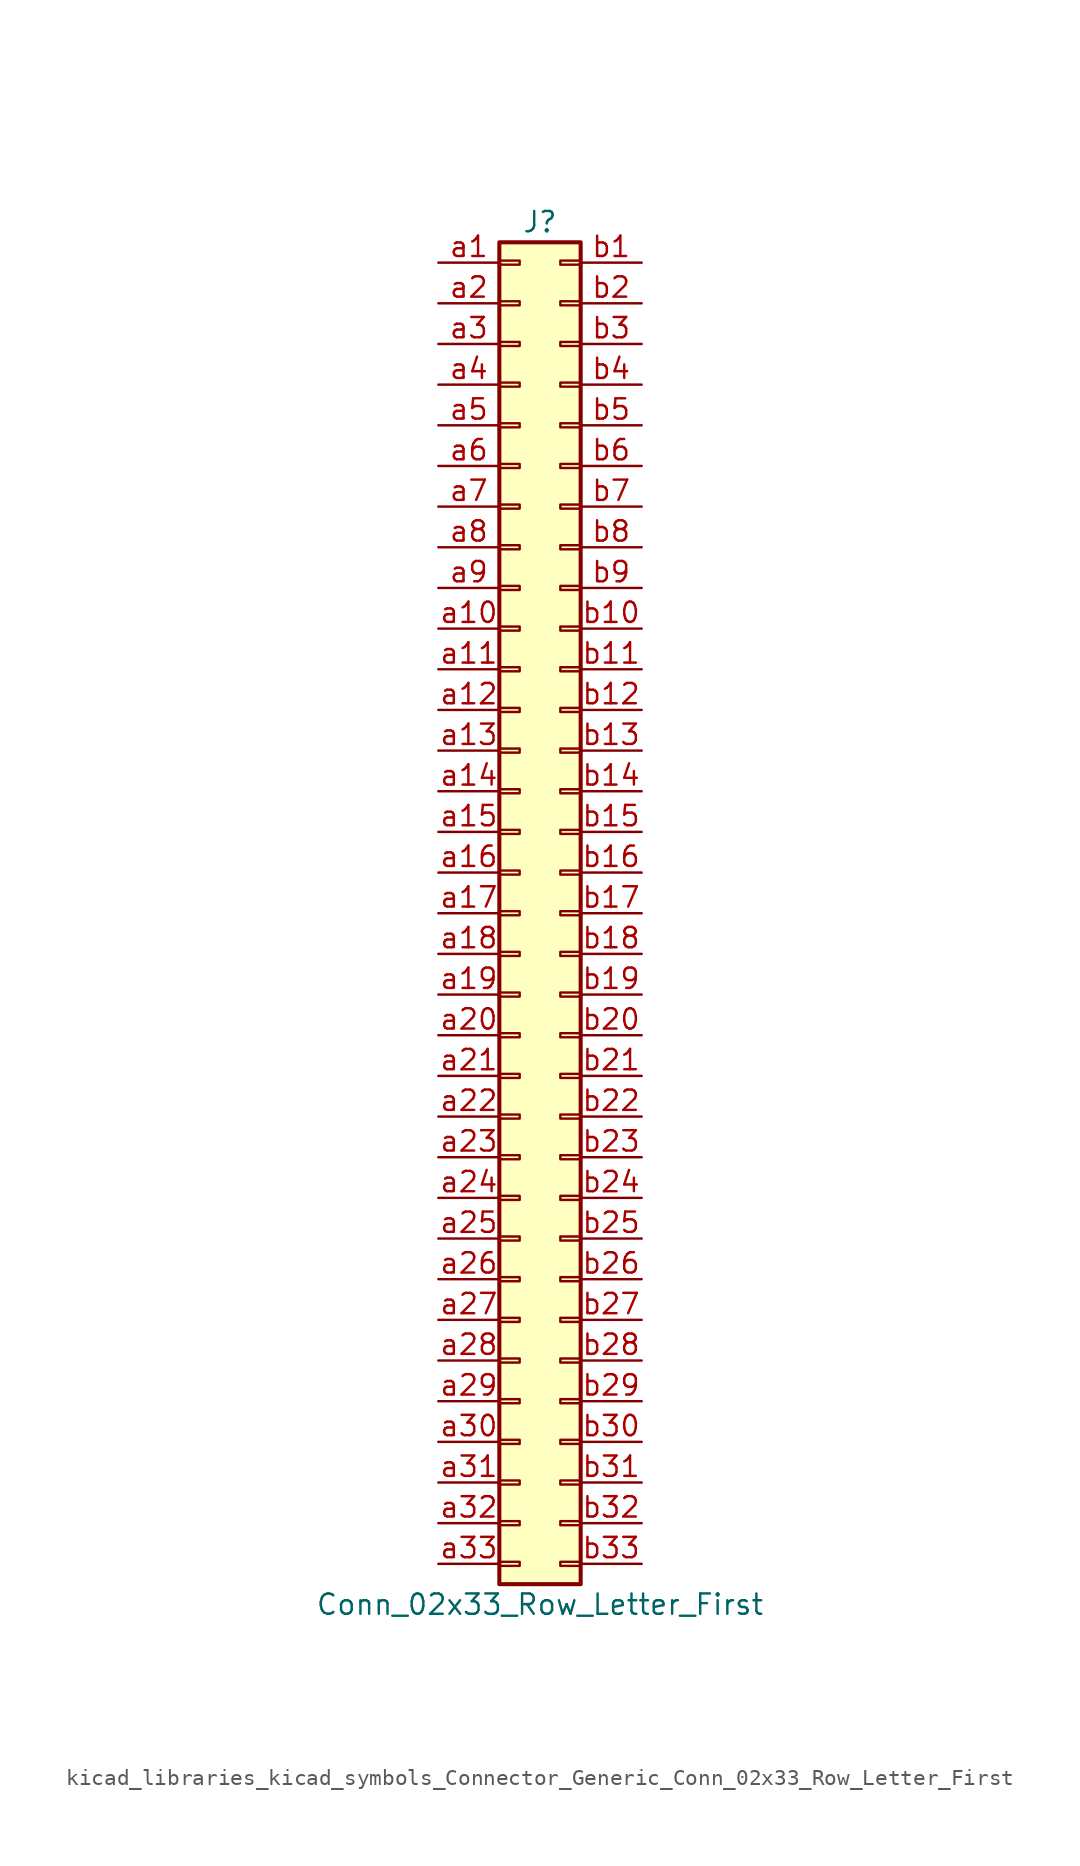
<source format=kicad_sym>
(kicad_symbol_lib
  (version 20220914)
  (generator kicad_symbol_editor)
  (symbol "kicad_libraries_kicad_symbols_Connector_Generic_Conn_02x33_Row_Letter_First"
    (pin_names
      (offset 1.016) hide)
    (property "Reference" "J"
      (at 1.27 43.18 0)
      (effects (font (size 1.27 1.27))))
    (property "Value" "Conn_02x33_Row_Letter_First"
      (at 1.27 -43.18 0)
      (effects (font (size 1.27 1.27))))
    (symbol "kicad_libraries_kicad_symbols_Connector_Generic_Conn_02x33_Row_Letter_First_1_1"
      (rectangle (start -1.27 -40.513) (end 0 -40.767) (stroke (width 0.152) (type default)) (fill (type none)))
      (rectangle (start -1.27 -37.973) (end 0 -38.227) (stroke (width 0.152) (type default)) (fill (type none)))
      (rectangle (start -1.27 -35.433) (end 0 -35.687) (stroke (width 0.152) (type default)) (fill (type none)))
      (rectangle (start -1.27 -32.893) (end 0 -33.147) (stroke (width 0.152) (type default)) (fill (type none)))
      (rectangle (start -1.27 -30.353) (end 0 -30.607) (stroke (width 0.152) (type default)) (fill (type none)))
      (rectangle (start -1.27 -27.813) (end 0 -28.067) (stroke (width 0.152) (type default)) (fill (type none)))
      (rectangle (start -1.27 -25.273) (end 0 -25.527) (stroke (width 0.152) (type default)) (fill (type none)))
      (rectangle (start -1.27 -22.733) (end 0 -22.987) (stroke (width 0.152) (type default)) (fill (type none)))
      (rectangle (start -1.27 -20.193) (end 0 -20.447) (stroke (width 0.152) (type default)) (fill (type none)))
      (rectangle (start -1.27 -17.653) (end 0 -17.907) (stroke (width 0.152) (type default)) (fill (type none)))
      (rectangle (start -1.27 -15.113) (end 0 -15.367) (stroke (width 0.152) (type default)) (fill (type none)))
      (rectangle (start -1.27 -12.573) (end 0 -12.827) (stroke (width 0.152) (type default)) (fill (type none)))
      (rectangle (start -1.27 -10.033) (end 0 -10.287) (stroke (width 0.152) (type default)) (fill (type none)))
      (rectangle (start -1.27 -7.493) (end 0 -7.747) (stroke (width 0.152) (type default)) (fill (type none)))
      (rectangle (start -1.27 -4.953) (end 0 -5.207) (stroke (width 0.152) (type default)) (fill (type none)))
      (rectangle (start -1.27 -2.413) (end 0 -2.667) (stroke (width 0.152) (type default)) (fill (type none)))
      (rectangle (start -1.27 0.127) (end 0 -0.127) (stroke (width 0.152) (type default)) (fill (type none)))
      (rectangle (start -1.27 2.667) (end 0 2.413) (stroke (width 0.152) (type default)) (fill (type none)))
      (rectangle (start -1.27 5.207) (end 0 4.953) (stroke (width 0.152) (type default)) (fill (type none)))
      (rectangle (start -1.27 7.747) (end 0 7.493) (stroke (width 0.152) (type default)) (fill (type none)))
      (rectangle (start -1.27 10.287) (end 0 10.033) (stroke (width 0.152) (type default)) (fill (type none)))
      (rectangle (start -1.27 12.827) (end 0 12.573) (stroke (width 0.152) (type default)) (fill (type none)))
      (rectangle (start -1.27 15.367) (end 0 15.113) (stroke (width 0.152) (type default)) (fill (type none)))
      (rectangle (start -1.27 17.907) (end 0 17.653) (stroke (width 0.152) (type default)) (fill (type none)))
      (rectangle (start -1.27 20.447) (end 0 20.193) (stroke (width 0.152) (type default)) (fill (type none)))
      (rectangle (start -1.27 22.987) (end 0 22.733) (stroke (width 0.152) (type default)) (fill (type none)))
      (rectangle (start -1.27 25.527) (end 0 25.273) (stroke (width 0.152) (type default)) (fill (type none)))
      (rectangle (start -1.27 28.067) (end 0 27.813) (stroke (width 0.152) (type default)) (fill (type none)))
      (rectangle (start -1.27 30.607) (end 0 30.353) (stroke (width 0.152) (type default)) (fill (type none)))
      (rectangle (start -1.27 33.147) (end 0 32.893) (stroke (width 0.152) (type default)) (fill (type none)))
      (rectangle (start -1.27 35.687) (end 0 35.433) (stroke (width 0.152) (type default)) (fill (type none)))
      (rectangle (start -1.27 38.227) (end 0 37.973) (stroke (width 0.152) (type default)) (fill (type none)))
      (rectangle (start -1.27 40.767) (end 0 40.513) (stroke (width 0.152) (type default)) (fill (type none)))
      (rectangle (start -1.27 41.91) (end 3.81 -41.91) (stroke (width 0.254) (type default)) (fill (type background)))
      (rectangle (start 3.81 -40.513) (end 2.54 -40.767) (stroke (width 0.152) (type default)) (fill (type none)))
      (rectangle (start 3.81 -37.973) (end 2.54 -38.227) (stroke (width 0.152) (type default)) (fill (type none)))
      (rectangle (start 3.81 -35.433) (end 2.54 -35.687) (stroke (width 0.152) (type default)) (fill (type none)))
      (rectangle (start 3.81 -32.893) (end 2.54 -33.147) (stroke (width 0.152) (type default)) (fill (type none)))
      (rectangle (start 3.81 -30.353) (end 2.54 -30.607) (stroke (width 0.152) (type default)) (fill (type none)))
      (rectangle (start 3.81 -27.813) (end 2.54 -28.067) (stroke (width 0.152) (type default)) (fill (type none)))
      (rectangle (start 3.81 -25.273) (end 2.54 -25.527) (stroke (width 0.152) (type default)) (fill (type none)))
      (rectangle (start 3.81 -22.733) (end 2.54 -22.987) (stroke (width 0.152) (type default)) (fill (type none)))
      (rectangle (start 3.81 -20.193) (end 2.54 -20.447) (stroke (width 0.152) (type default)) (fill (type none)))
      (rectangle (start 3.81 -17.653) (end 2.54 -17.907) (stroke (width 0.152) (type default)) (fill (type none)))
      (rectangle (start 3.81 -15.113) (end 2.54 -15.367) (stroke (width 0.152) (type default)) (fill (type none)))
      (rectangle (start 3.81 -12.573) (end 2.54 -12.827) (stroke (width 0.152) (type default)) (fill (type none)))
      (rectangle (start 3.81 -10.033) (end 2.54 -10.287) (stroke (width 0.152) (type default)) (fill (type none)))
      (rectangle (start 3.81 -7.493) (end 2.54 -7.747) (stroke (width 0.152) (type default)) (fill (type none)))
      (rectangle (start 3.81 -4.953) (end 2.54 -5.207) (stroke (width 0.152) (type default)) (fill (type none)))
      (rectangle (start 3.81 -2.413) (end 2.54 -2.667) (stroke (width 0.152) (type default)) (fill (type none)))
      (rectangle (start 3.81 0.127) (end 2.54 -0.127) (stroke (width 0.152) (type default)) (fill (type none)))
      (rectangle (start 3.81 2.667) (end 2.54 2.413) (stroke (width 0.152) (type default)) (fill (type none)))
      (rectangle (start 3.81 5.207) (end 2.54 4.953) (stroke (width 0.152) (type default)) (fill (type none)))
      (rectangle (start 3.81 7.747) (end 2.54 7.493) (stroke (width 0.152) (type default)) (fill (type none)))
      (rectangle (start 3.81 10.287) (end 2.54 10.033) (stroke (width 0.152) (type default)) (fill (type none)))
      (rectangle (start 3.81 12.827) (end 2.54 12.573) (stroke (width 0.152) (type default)) (fill (type none)))
      (rectangle (start 3.81 15.367) (end 2.54 15.113) (stroke (width 0.152) (type default)) (fill (type none)))
      (rectangle (start 3.81 17.907) (end 2.54 17.653) (stroke (width 0.152) (type default)) (fill (type none)))
      (rectangle (start 3.81 20.447) (end 2.54 20.193) (stroke (width 0.152) (type default)) (fill (type none)))
      (rectangle (start 3.81 22.987) (end 2.54 22.733) (stroke (width 0.152) (type default)) (fill (type none)))
      (rectangle (start 3.81 25.527) (end 2.54 25.273) (stroke (width 0.152) (type default)) (fill (type none)))
      (rectangle (start 3.81 28.067) (end 2.54 27.813) (stroke (width 0.152) (type default)) (fill (type none)))
      (rectangle (start 3.81 30.607) (end 2.54 30.353) (stroke (width 0.152) (type default)) (fill (type none)))
      (rectangle (start 3.81 33.147) (end 2.54 32.893) (stroke (width 0.152) (type default)) (fill (type none)))
      (rectangle (start 3.81 35.687) (end 2.54 35.433) (stroke (width 0.152) (type default)) (fill (type none)))
      (rectangle (start 3.81 38.227) (end 2.54 37.973) (stroke (width 0.152) (type default)) (fill (type none)))
      (rectangle (start 3.81 40.767) (end 2.54 40.513) (stroke (width 0.152) (type default)) (fill (type none)))
      (pin passive line (at -5.08 40.64 0) (length 3.81) (name "Pin_a1" (effects (font (size 1.27 1.27)))) (number "a1" (effects (font (size 1.27 1.27)))))
      (pin passive line (at -5.08 17.78 0) (length 3.81) (name "Pin_a10" (effects (font (size 1.27 1.27)))) (number "a10" (effects (font (size 1.27 1.27)))))
      (pin passive line (at -5.08 15.24 0) (length 3.81) (name "Pin_a11" (effects (font (size 1.27 1.27)))) (number "a11" (effects (font (size 1.27 1.27)))))
      (pin passive line (at -5.08 12.7 0) (length 3.81) (name "Pin_a12" (effects (font (size 1.27 1.27)))) (number "a12" (effects (font (size 1.27 1.27)))))
      (pin passive line (at -5.08 10.16 0) (length 3.81) (name "Pin_a13" (effects (font (size 1.27 1.27)))) (number "a13" (effects (font (size 1.27 1.27)))))
      (pin passive line (at -5.08 7.62 0) (length 3.81) (name "Pin_a14" (effects (font (size 1.27 1.27)))) (number "a14" (effects (font (size 1.27 1.27)))))
      (pin passive line (at -5.08 5.08 0) (length 3.81) (name "Pin_a15" (effects (font (size 1.27 1.27)))) (number "a15" (effects (font (size 1.27 1.27)))))
      (pin passive line (at -5.08 2.54 0) (length 3.81) (name "Pin_a16" (effects (font (size 1.27 1.27)))) (number "a16" (effects (font (size 1.27 1.27)))))
      (pin passive line (at -5.08 0 0) (length 3.81) (name "Pin_a17" (effects (font (size 1.27 1.27)))) (number "a17" (effects (font (size 1.27 1.27)))))
      (pin passive line (at -5.08 -2.54 0) (length 3.81) (name "Pin_a18" (effects (font (size 1.27 1.27)))) (number "a18" (effects (font (size 1.27 1.27)))))
      (pin passive line (at -5.08 -5.08 0) (length 3.81) (name "Pin_a19" (effects (font (size 1.27 1.27)))) (number "a19" (effects (font (size 1.27 1.27)))))
      (pin passive line (at -5.08 38.1 0) (length 3.81) (name "Pin_a2" (effects (font (size 1.27 1.27)))) (number "a2" (effects (font (size 1.27 1.27)))))
      (pin passive line (at -5.08 -7.62 0) (length 3.81) (name "Pin_a20" (effects (font (size 1.27 1.27)))) (number "a20" (effects (font (size 1.27 1.27)))))
      (pin passive line (at -5.08 -10.16 0) (length 3.81) (name "Pin_a21" (effects (font (size 1.27 1.27)))) (number "a21" (effects (font (size 1.27 1.27)))))
      (pin passive line (at -5.08 -12.7 0) (length 3.81) (name "Pin_a22" (effects (font (size 1.27 1.27)))) (number "a22" (effects (font (size 1.27 1.27)))))
      (pin passive line (at -5.08 -15.24 0) (length 3.81) (name "Pin_a23" (effects (font (size 1.27 1.27)))) (number "a23" (effects (font (size 1.27 1.27)))))
      (pin passive line (at -5.08 -17.78 0) (length 3.81) (name "Pin_a24" (effects (font (size 1.27 1.27)))) (number "a24" (effects (font (size 1.27 1.27)))))
      (pin passive line (at -5.08 -20.32 0) (length 3.81) (name "Pin_a25" (effects (font (size 1.27 1.27)))) (number "a25" (effects (font (size 1.27 1.27)))))
      (pin passive line (at -5.08 -22.86 0) (length 3.81) (name "Pin_a26" (effects (font (size 1.27 1.27)))) (number "a26" (effects (font (size 1.27 1.27)))))
      (pin passive line (at -5.08 -25.4 0) (length 3.81) (name "Pin_a27" (effects (font (size 1.27 1.27)))) (number "a27" (effects (font (size 1.27 1.27)))))
      (pin passive line (at -5.08 -27.94 0) (length 3.81) (name "Pin_a28" (effects (font (size 1.27 1.27)))) (number "a28" (effects (font (size 1.27 1.27)))))
      (pin passive line (at -5.08 -30.48 0) (length 3.81) (name "Pin_a29" (effects (font (size 1.27 1.27)))) (number "a29" (effects (font (size 1.27 1.27)))))
      (pin passive line (at -5.08 35.56 0) (length 3.81) (name "Pin_a3" (effects (font (size 1.27 1.27)))) (number "a3" (effects (font (size 1.27 1.27)))))
      (pin passive line (at -5.08 -33.02 0) (length 3.81) (name "Pin_a30" (effects (font (size 1.27 1.27)))) (number "a30" (effects (font (size 1.27 1.27)))))
      (pin passive line (at -5.08 -35.56 0) (length 3.81) (name "Pin_a31" (effects (font (size 1.27 1.27)))) (number "a31" (effects (font (size 1.27 1.27)))))
      (pin passive line (at -5.08 -38.1 0) (length 3.81) (name "Pin_a32" (effects (font (size 1.27 1.27)))) (number "a32" (effects (font (size 1.27 1.27)))))
      (pin passive line (at -5.08 -40.64 0) (length 3.81) (name "Pin_a33" (effects (font (size 1.27 1.27)))) (number "a33" (effects (font (size 1.27 1.27)))))
      (pin passive line (at -5.08 33.02 0) (length 3.81) (name "Pin_a4" (effects (font (size 1.27 1.27)))) (number "a4" (effects (font (size 1.27 1.27)))))
      (pin passive line (at -5.08 30.48 0) (length 3.81) (name "Pin_a5" (effects (font (size 1.27 1.27)))) (number "a5" (effects (font (size 1.27 1.27)))))
      (pin passive line (at -5.08 27.94 0) (length 3.81) (name "Pin_a6" (effects (font (size 1.27 1.27)))) (number "a6" (effects (font (size 1.27 1.27)))))
      (pin passive line (at -5.08 25.4 0) (length 3.81) (name "Pin_a7" (effects (font (size 1.27 1.27)))) (number "a7" (effects (font (size 1.27 1.27)))))
      (pin passive line (at -5.08 22.86 0) (length 3.81) (name "Pin_a8" (effects (font (size 1.27 1.27)))) (number "a8" (effects (font (size 1.27 1.27)))))
      (pin passive line (at -5.08 20.32 0) (length 3.81) (name "Pin_a9" (effects (font (size 1.27 1.27)))) (number "a9" (effects (font (size 1.27 1.27)))))
      (pin passive line (at 7.62 40.64 180) (length 3.81) (name "Pin_b1" (effects (font (size 1.27 1.27)))) (number "b1" (effects (font (size 1.27 1.27)))))
      (pin passive line (at 7.62 17.78 180) (length 3.81) (name "Pin_b10" (effects (font (size 1.27 1.27)))) (number "b10" (effects (font (size 1.27 1.27)))))
      (pin passive line (at 7.62 15.24 180) (length 3.81) (name "Pin_b11" (effects (font (size 1.27 1.27)))) (number "b11" (effects (font (size 1.27 1.27)))))
      (pin passive line (at 7.62 12.7 180) (length 3.81) (name "Pin_b12" (effects (font (size 1.27 1.27)))) (number "b12" (effects (font (size 1.27 1.27)))))
      (pin passive line (at 7.62 10.16 180) (length 3.81) (name "Pin_b13" (effects (font (size 1.27 1.27)))) (number "b13" (effects (font (size 1.27 1.27)))))
      (pin passive line (at 7.62 7.62 180) (length 3.81) (name "Pin_b14" (effects (font (size 1.27 1.27)))) (number "b14" (effects (font (size 1.27 1.27)))))
      (pin passive line (at 7.62 5.08 180) (length 3.81) (name "Pin_b15" (effects (font (size 1.27 1.27)))) (number "b15" (effects (font (size 1.27 1.27)))))
      (pin passive line (at 7.62 2.54 180) (length 3.81) (name "Pin_b16" (effects (font (size 1.27 1.27)))) (number "b16" (effects (font (size 1.27 1.27)))))
      (pin passive line (at 7.62 0 180) (length 3.81) (name "Pin_b17" (effects (font (size 1.27 1.27)))) (number "b17" (effects (font (size 1.27 1.27)))))
      (pin passive line (at 7.62 -2.54 180) (length 3.81) (name "Pin_b18" (effects (font (size 1.27 1.27)))) (number "b18" (effects (font (size 1.27 1.27)))))
      (pin passive line (at 7.62 -5.08 180) (length 3.81) (name "Pin_b19" (effects (font (size 1.27 1.27)))) (number "b19" (effects (font (size 1.27 1.27)))))
      (pin passive line (at 7.62 38.1 180) (length 3.81) (name "Pin_b2" (effects (font (size 1.27 1.27)))) (number "b2" (effects (font (size 1.27 1.27)))))
      (pin passive line (at 7.62 -7.62 180) (length 3.81) (name "Pin_b20" (effects (font (size 1.27 1.27)))) (number "b20" (effects (font (size 1.27 1.27)))))
      (pin passive line (at 7.62 -10.16 180) (length 3.81) (name "Pin_b21" (effects (font (size 1.27 1.27)))) (number "b21" (effects (font (size 1.27 1.27)))))
      (pin passive line (at 7.62 -12.7 180) (length 3.81) (name "Pin_b22" (effects (font (size 1.27 1.27)))) (number "b22" (effects (font (size 1.27 1.27)))))
      (pin passive line (at 7.62 -15.24 180) (length 3.81) (name "Pin_b23" (effects (font (size 1.27 1.27)))) (number "b23" (effects (font (size 1.27 1.27)))))
      (pin passive line (at 7.62 -17.78 180) (length 3.81) (name "Pin_b24" (effects (font (size 1.27 1.27)))) (number "b24" (effects (font (size 1.27 1.27)))))
      (pin passive line (at 7.62 -20.32 180) (length 3.81) (name "Pin_b25" (effects (font (size 1.27 1.27)))) (number "b25" (effects (font (size 1.27 1.27)))))
      (pin passive line (at 7.62 -22.86 180) (length 3.81) (name "Pin_b26" (effects (font (size 1.27 1.27)))) (number "b26" (effects (font (size 1.27 1.27)))))
      (pin passive line (at 7.62 -25.4 180) (length 3.81) (name "Pin_b27" (effects (font (size 1.27 1.27)))) (number "b27" (effects (font (size 1.27 1.27)))))
      (pin passive line (at 7.62 -27.94 180) (length 3.81) (name "Pin_b28" (effects (font (size 1.27 1.27)))) (number "b28" (effects (font (size 1.27 1.27)))))
      (pin passive line (at 7.62 -30.48 180) (length 3.81) (name "Pin_b29" (effects (font (size 1.27 1.27)))) (number "b29" (effects (font (size 1.27 1.27)))))
      (pin passive line (at 7.62 35.56 180) (length 3.81) (name "Pin_b3" (effects (font (size 1.27 1.27)))) (number "b3" (effects (font (size 1.27 1.27)))))
      (pin passive line (at 7.62 -33.02 180) (length 3.81) (name "Pin_b30" (effects (font (size 1.27 1.27)))) (number "b30" (effects (font (size 1.27 1.27)))))
      (pin passive line (at 7.62 -35.56 180) (length 3.81) (name "Pin_b31" (effects (font (size 1.27 1.27)))) (number "b31" (effects (font (size 1.27 1.27)))))
      (pin passive line (at 7.62 -38.1 180) (length 3.81) (name "Pin_b32" (effects (font (size 1.27 1.27)))) (number "b32" (effects (font (size 1.27 1.27)))))
      (pin passive line (at 7.62 -40.64 180) (length 3.81) (name "Pin_b33" (effects (font (size 1.27 1.27)))) (number "b33" (effects (font (size 1.27 1.27)))))
      (pin passive line (at 7.62 33.02 180) (length 3.81) (name "Pin_b4" (effects (font (size 1.27 1.27)))) (number "b4" (effects (font (size 1.27 1.27)))))
      (pin passive line (at 7.62 30.48 180) (length 3.81) (name "Pin_b5" (effects (font (size 1.27 1.27)))) (number "b5" (effects (font (size 1.27 1.27)))))
      (pin passive line (at 7.62 27.94 180) (length 3.81) (name "Pin_b6" (effects (font (size 1.27 1.27)))) (number "b6" (effects (font (size 1.27 1.27)))))
      (pin passive line (at 7.62 25.4 180) (length 3.81) (name "Pin_b7" (effects (font (size 1.27 1.27)))) (number "b7" (effects (font (size 1.27 1.27)))))
      (pin passive line (at 7.62 22.86 180) (length 3.81) (name "Pin_b8" (effects (font (size 1.27 1.27)))) (number "b8" (effects (font (size 1.27 1.27)))))
      (pin passive line (at 7.62 20.32 180) (length 3.81) (name "Pin_b9" (effects (font (size 1.27 1.27)))) (number "b9" (effects (font (size 1.27 1.27))))))))
</source>
